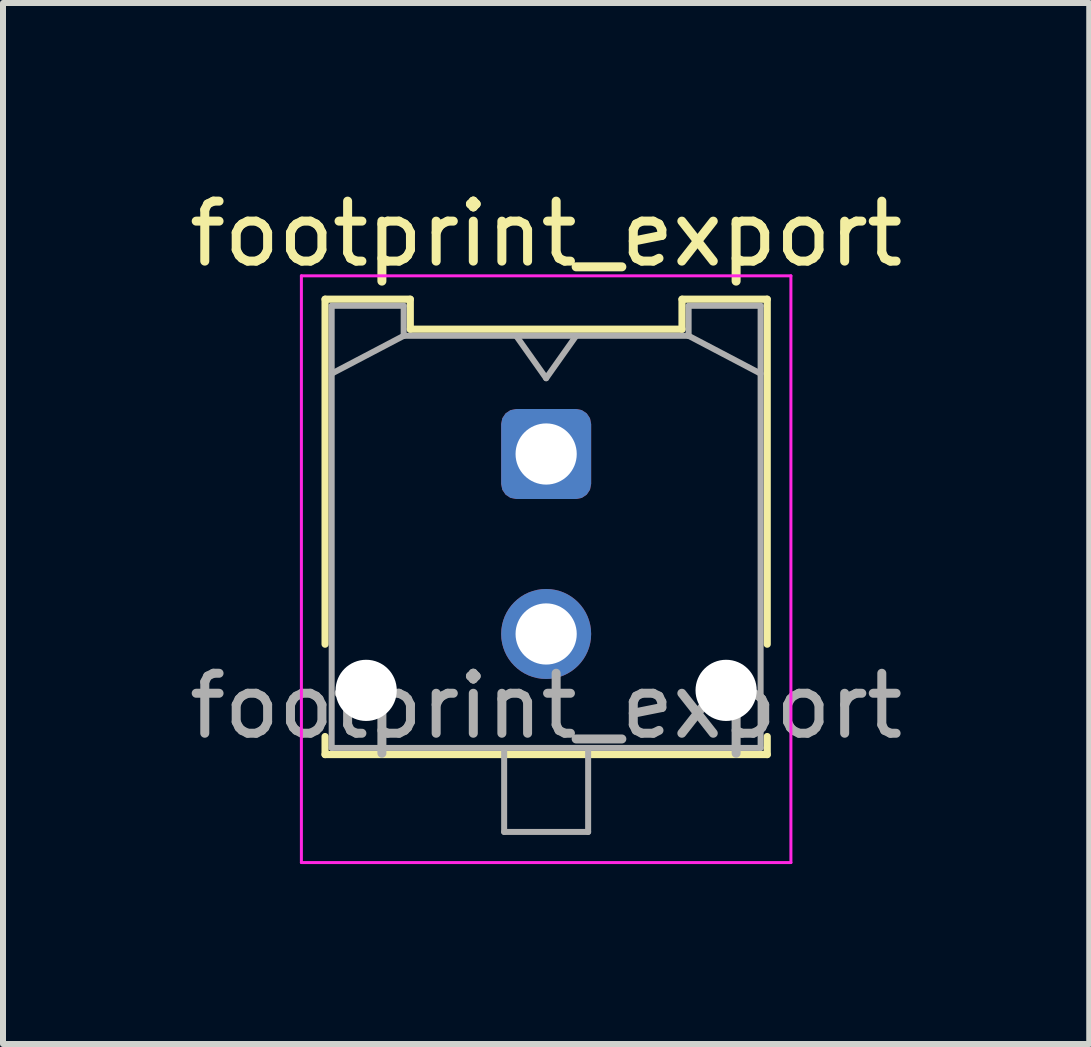
<source format=kicad_pcb>
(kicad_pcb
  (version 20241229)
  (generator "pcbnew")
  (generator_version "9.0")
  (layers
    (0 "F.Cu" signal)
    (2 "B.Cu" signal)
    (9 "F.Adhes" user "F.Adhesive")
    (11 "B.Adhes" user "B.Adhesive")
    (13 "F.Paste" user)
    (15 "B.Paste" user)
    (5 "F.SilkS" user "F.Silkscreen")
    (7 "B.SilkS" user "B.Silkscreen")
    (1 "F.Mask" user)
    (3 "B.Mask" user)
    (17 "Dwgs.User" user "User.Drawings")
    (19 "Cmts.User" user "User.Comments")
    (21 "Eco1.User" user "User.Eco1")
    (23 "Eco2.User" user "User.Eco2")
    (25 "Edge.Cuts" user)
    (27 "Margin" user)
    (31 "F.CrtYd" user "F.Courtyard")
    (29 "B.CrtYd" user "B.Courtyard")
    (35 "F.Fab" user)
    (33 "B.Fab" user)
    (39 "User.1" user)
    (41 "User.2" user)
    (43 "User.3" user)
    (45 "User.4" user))
  (footprint "footprint_export"
    (layer "F.Cu")
    (at 6.054 4.518)
    (property "Reference" "footprint_export" (at 0 -3.67 0) (layer "F.SilkS") (effects (font (size 1 1) (thickness 0.15))))
    (attr through_hole)
    (fp_line (start -3.685 -2.58) (end -2.265 -2.58) (stroke (width 0.12) (type solid)) (layer "F.SilkS"))
    (fp_line (start -3.685 3.17) (end -3.685 -2.58) (stroke (width 0.12) (type solid)) (layer "F.SilkS"))
    (fp_line (start -3.685 4.71) (end -3.685 5.01) (stroke (width 0.12) (type solid)) (layer "F.SilkS"))
    (fp_line (start -3.685 5.01) (end 3.685 5.01) (stroke (width 0.12) (type solid)) (layer "F.SilkS"))
    (fp_line (start -2.265 -2.58) (end -2.265 -2.08) (stroke (width 0.12) (type solid)) (layer "F.SilkS"))
    (fp_line (start -2.265 -2.08) (end 2.265 -2.08) (stroke (width 0.12) (type solid)) (layer "F.SilkS"))
    (fp_line (start 2.265 -2.58) (end 3.685 -2.58) (stroke (width 0.12) (type solid)) (layer "F.SilkS"))
    (fp_line (start 2.265 -2.08) (end 2.265 -2.58) (stroke (width 0.12) (type solid)) (layer "F.SilkS"))
    (fp_line (start 3.685 -2.58) (end 3.685 3.17) (stroke (width 0.12) (type solid)) (layer "F.SilkS"))
    (fp_line (start 3.685 5.01) (end 3.685 4.71) (stroke (width 0.12) (type solid)) (layer "F.SilkS"))
    (fp_line (start -4.08 -2.97) (end 4.08 -2.97) (stroke (width 0.05) (type solid)) (layer "F.CrtYd"))
    (fp_line (start -4.08 6.81) (end -4.08 -2.97) (stroke (width 0.05) (type solid)) (layer "F.CrtYd"))
    (fp_line (start 4.08 -2.97) (end 4.08 6.81) (stroke (width 0.05) (type solid)) (layer "F.CrtYd"))
    (fp_line (start 4.08 6.81) (end -4.08 6.81) (stroke (width 0.05) (type solid)) (layer "F.CrtYd"))
    (fp_line (start -3.575 -2.47) (end -3.575 4.9) (stroke (width 0.1) (type solid)) (layer "F.Fab"))
    (fp_line (start -3.575 -1.34) (end -2.375 -1.97) (stroke (width 0.1) (type solid)) (layer "F.Fab"))
    (fp_line (start -3.575 4.9) (end 3.575 4.9) (stroke (width 0.1) (type solid)) (layer "F.Fab"))
    (fp_line (start -2.375 -2.47) (end -3.575 -2.47) (stroke (width 0.1) (type solid)) (layer "F.Fab"))
    (fp_line (start -2.375 -1.97) (end -2.375 -2.47) (stroke (width 0.1) (type solid)) (layer "F.Fab"))
    (fp_line (start -0.7 4.9) (end -0.7 6.3) (stroke (width 0.1) (type solid)) (layer "F.Fab"))
    (fp_line (start -0.7 6.3) (end 0.7 6.3) (stroke (width 0.1) (type solid)) (layer "F.Fab"))
    (fp_line (start -0.5 -1.97) (end 0 -1.263) (stroke (width 0.1) (type solid)) (layer "F.Fab"))
    (fp_line (start 0 -1.263) (end 0.5 -1.97) (stroke (width 0.1) (type solid)) (layer "F.Fab"))
    (fp_line (start 0.7 6.3) (end 0.7 4.9) (stroke (width 0.1) (type solid)) (layer "F.Fab"))
    (fp_line (start 2.375 -2.47) (end 2.375 -1.97) (stroke (width 0.1) (type solid)) (layer "F.Fab"))
    (fp_line (start 2.375 -1.97) (end -2.375 -1.97) (stroke (width 0.1) (type solid)) (layer "F.Fab"))
    (fp_line (start 3.575 -2.47) (end 2.375 -2.47) (stroke (width 0.1) (type solid)) (layer "F.Fab"))
    (fp_line (start 3.575 -1.34) (end 2.375 -1.97) (stroke (width 0.1) (type solid)) (layer "F.Fab"))
    (fp_line (start 3.575 4.9) (end 3.575 -2.47) (stroke (width 0.1) (type solid)) (layer "F.Fab"))
    (fp_text user "${REFERENCE}" (at 0 4.2 0) (layer "F.Fab") (effects (font (size 1 1) (thickness 0.15))))
    (pad "" np_thru_hole circle (at -3 3.94) (size 1.02 1.02) (drill 1.02) (layers "*.Cu" "*.Mask"))
    (pad "" np_thru_hole circle (at 3 3.94) (size 1.02 1.02) (drill 1.02) (layers "*.Cu" "*.Mask"))
    (pad "1" thru_hole roundrect (at 0 0) (size 1.5 1.5) (drill 1.02) (layers "*.Cu" "*.Mask") (roundrect_rratio 0.167))
    (pad "2" thru_hole circle (at 0 3) (size 1.5 1.5) (drill 1.02) (layers "*.Cu" "*.Mask")))
  (gr_rect
    (start -3 -3)
    (end 15.107 14.353)
    (stroke (width 0.1) (type default))
    (fill no)
    (layer "Edge.Cuts")))
</source>
